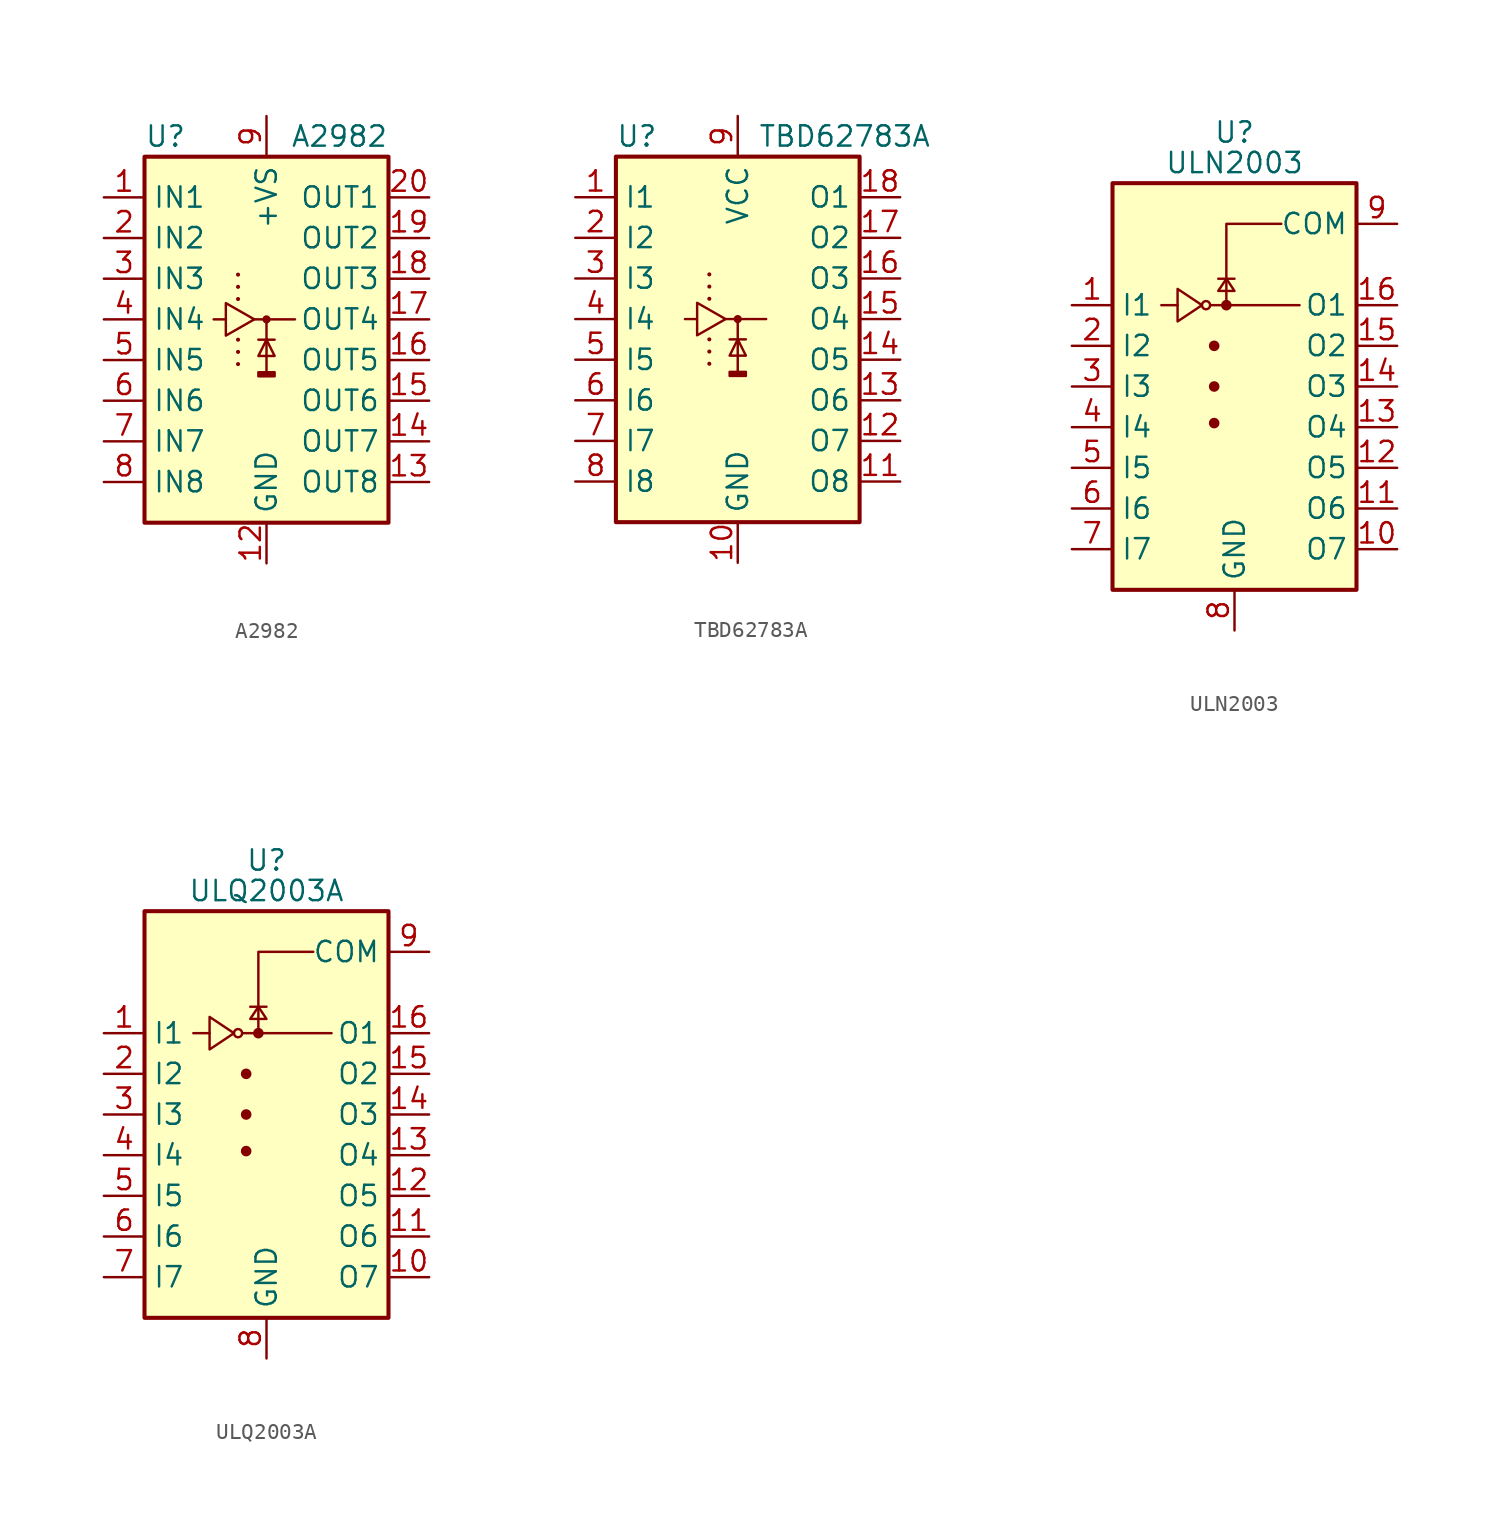
<source format=kicad_sym>
(kicad_symbol_lib
  (version 20201005)
  (generator kicad_symbol_editor)
  (symbol "A2982"
    (property "Reference" "U"
      (at -7.62 11.43 0)
      (effects (font (size 1.27 1.27)) (justify left)))
    (property "Value" "A2982"
      (at 7.62 11.43 0)
      (effects (font (size 1.27 1.27)) (justify right)))
    (symbol "A2982_0_1"
      (rectangle (start -7.62 10.16) (end 7.62 -12.7) (stroke (width 0.254)) (fill (type background)))
      (rectangle (start -0.508 -3.302) (end 0.508 -3.556) (stroke (width 0)) (fill (type outline)))
      (polyline (pts (xy -1.778 -2.794) (xy -1.778 -2.794)) (stroke (width 0.254)) (fill (type none)))
      (polyline (pts (xy -1.778 -2.032) (xy -1.778 -2.032)) (stroke (width 0.254)) (fill (type none)))
      (polyline (pts (xy -1.778 -1.27) (xy -1.778 -1.27)) (stroke (width 0.254)) (fill (type none)))
      (polyline (pts (xy -1.778 1.27) (xy -1.778 1.27)) (stroke (width 0.254)) (fill (type none)))
      (polyline (pts (xy -1.778 2.032) (xy -1.778 2.032)) (stroke (width 0.254)) (fill (type none)))
      (polyline (pts (xy -1.778 2.794) (xy -1.778 2.794)) (stroke (width 0.254)) (fill (type none)))
      (polyline (pts (xy -0.762 0) (xy 1.778 0)) (stroke (width 0)) (fill (type none)))
      (polyline (pts (xy -0.508 -1.27) (xy 0.508 -1.27)) (stroke (width 0)) (fill (type none)))
      (polyline (pts (xy 0 0) (xy 0 -3.302)) (stroke (width 0)) (fill (type none)))
      (polyline (pts (xy 0 0) (xy 0 0)) (stroke (width 0.508)) (fill (type none)))
      (polyline (pts (xy 0 -1.27) (xy -0.508 -2.286) (xy 0.508 -2.286) (xy 0 -1.27)) (stroke (width 0)) (fill (type none)))
      (polyline (pts (xy -3.302 0) (xy -2.54 0) (xy -2.54 1.016) (xy -0.762 0) (xy -2.54 -1.016) (xy -2.54 0)) (stroke (width 0)) (fill (type none))))
    (symbol "A2982_1_1"
      (pin input line (at -10.16 7.62 0) (length 2.54) (name "IN1" (effects (font (size 1.27 1.27)))) (number "1" (effects (font (size 1.27 1.27)))))
      (pin no_connect line (at -2.54 -12.7 90) (length 2.54) hide (name "NC" (effects (font (size 1.27 1.27)))) (number "10" (effects (font (size 1.27 1.27)))))
      (pin no_connect line (at 2.54 -12.7 90) (length 2.54) hide (name "NC" (effects (font (size 1.27 1.27)))) (number "11" (effects (font (size 1.27 1.27)))))
      (pin power_in line (at 0 -15.24 90) (length 2.54) (name "GND" (effects (font (size 1.27 1.27)))) (number "12" (effects (font (size 1.27 1.27)))))
      (pin open_emitter line (at 10.16 -10.16 180) (length 2.54) (name "OUT8" (effects (font (size 1.27 1.27)))) (number "13" (effects (font (size 1.27 1.27)))))
      (pin open_emitter line (at 10.16 -7.62 180) (length 2.54) (name "OUT7" (effects (font (size 1.27 1.27)))) (number "14" (effects (font (size 1.27 1.27)))))
      (pin open_emitter line (at 10.16 -5.08 180) (length 2.54) (name "OUT6" (effects (font (size 1.27 1.27)))) (number "15" (effects (font (size 1.27 1.27)))))
      (pin open_emitter line (at 10.16 -2.54 180) (length 2.54) (name "OUT5" (effects (font (size 1.27 1.27)))) (number "16" (effects (font (size 1.27 1.27)))))
      (pin open_emitter line (at 10.16 0 180) (length 2.54) (name "OUT4" (effects (font (size 1.27 1.27)))) (number "17" (effects (font (size 1.27 1.27)))))
      (pin open_emitter line (at 10.16 2.54 180) (length 2.54) (name "OUT3" (effects (font (size 1.27 1.27)))) (number "18" (effects (font (size 1.27 1.27)))))
      (pin open_emitter line (at 10.16 5.08 180) (length 2.54) (name "OUT2" (effects (font (size 1.27 1.27)))) (number "19" (effects (font (size 1.27 1.27)))))
      (pin input line (at -10.16 5.08 0) (length 2.54) (name "IN2" (effects (font (size 1.27 1.27)))) (number "2" (effects (font (size 1.27 1.27)))))
      (pin open_emitter line (at 10.16 7.62 180) (length 2.54) (name "OUT1" (effects (font (size 1.27 1.27)))) (number "20" (effects (font (size 1.27 1.27)))))
      (pin input line (at -10.16 2.54 0) (length 2.54) (name "IN3" (effects (font (size 1.27 1.27)))) (number "3" (effects (font (size 1.27 1.27)))))
      (pin input line (at -10.16 0 0) (length 2.54) (name "IN4" (effects (font (size 1.27 1.27)))) (number "4" (effects (font (size 1.27 1.27)))))
      (pin input line (at -10.16 -2.54 0) (length 2.54) (name "IN5" (effects (font (size 1.27 1.27)))) (number "5" (effects (font (size 1.27 1.27)))))
      (pin input line (at -10.16 -5.08 0) (length 2.54) (name "IN6" (effects (font (size 1.27 1.27)))) (number "6" (effects (font (size 1.27 1.27)))))
      (pin input line (at -10.16 -7.62 0) (length 2.54) (name "IN7" (effects (font (size 1.27 1.27)))) (number "7" (effects (font (size 1.27 1.27)))))
      (pin input line (at -10.16 -10.16 0) (length 2.54) (name "IN8" (effects (font (size 1.27 1.27)))) (number "8" (effects (font (size 1.27 1.27)))))
      (pin power_in line (at 0 12.7 270) (length 2.54) (name "+VS" (effects (font (size 1.27 1.27)))) (number "9" (effects (font (size 1.27 1.27)))))))
  (symbol "TBD62783A"
    (property "Reference" "U"
      (at -7.62 11.43 0)
      (effects (font (size 1.27 1.27)) (justify left)))
    (property "Value" "TBD62783A"
      (at 1.27 11.43 0)
      (effects (font (size 1.27 1.27)) (justify left)))
    (symbol "TBD62783A_0_1"
      (rectangle (start -7.62 10.16) (end 7.62 -12.7) (stroke (width 0.254)) (fill (type background)))
      (rectangle (start -0.508 -3.302) (end 0.508 -3.556) (stroke (width 0)) (fill (type outline)))
      (polyline (pts (xy -1.778 -2.794) (xy -1.778 -2.794)) (stroke (width 0.254)) (fill (type none)))
      (polyline (pts (xy -1.778 -2.032) (xy -1.778 -2.032)) (stroke (width 0.254)) (fill (type none)))
      (polyline (pts (xy -1.778 -1.27) (xy -1.778 -1.27)) (stroke (width 0.254)) (fill (type none)))
      (polyline (pts (xy -1.778 1.27) (xy -1.778 1.27)) (stroke (width 0.254)) (fill (type none)))
      (polyline (pts (xy -1.778 2.032) (xy -1.778 2.032)) (stroke (width 0.254)) (fill (type none)))
      (polyline (pts (xy -1.778 2.794) (xy -1.778 2.794)) (stroke (width 0.254)) (fill (type none)))
      (polyline (pts (xy -0.762 0) (xy 1.778 0)) (stroke (width 0)) (fill (type none)))
      (polyline (pts (xy -0.508 -1.27) (xy 0.508 -1.27)) (stroke (width 0)) (fill (type none)))
      (polyline (pts (xy 0 0) (xy 0 -3.302)) (stroke (width 0)) (fill (type none)))
      (polyline (pts (xy 0 0) (xy 0 0)) (stroke (width 0.508)) (fill (type none)))
      (polyline (pts (xy 0 -1.27) (xy -0.508 -2.286) (xy 0.508 -2.286) (xy 0 -1.27)) (stroke (width 0)) (fill (type none)))
      (polyline (pts (xy -3.302 0) (xy -2.54 0) (xy -2.54 1.016) (xy -0.762 0) (xy -2.54 -1.016) (xy -2.54 0)) (stroke (width 0)) (fill (type none))))
    (symbol "TBD62783A_1_1"
      (pin input line (at -10.16 7.62 0) (length 2.54) (name "I1" (effects (font (size 1.27 1.27)))) (number "1" (effects (font (size 1.27 1.27)))))
      (pin power_in line (at 0 -15.24 90) (length 2.54) (name "GND" (effects (font (size 1.27 1.27)))) (number "10" (effects (font (size 1.27 1.27)))))
      (pin open_emitter line (at 10.16 -10.16 180) (length 2.54) (name "O8" (effects (font (size 1.27 1.27)))) (number "11" (effects (font (size 1.27 1.27)))))
      (pin open_emitter line (at 10.16 -7.62 180) (length 2.54) (name "O7" (effects (font (size 1.27 1.27)))) (number "12" (effects (font (size 1.27 1.27)))))
      (pin open_emitter line (at 10.16 -5.08 180) (length 2.54) (name "O6" (effects (font (size 1.27 1.27)))) (number "13" (effects (font (size 1.27 1.27)))))
      (pin open_emitter line (at 10.16 -2.54 180) (length 2.54) (name "O5" (effects (font (size 1.27 1.27)))) (number "14" (effects (font (size 1.27 1.27)))))
      (pin open_emitter line (at 10.16 0 180) (length 2.54) (name "O4" (effects (font (size 1.27 1.27)))) (number "15" (effects (font (size 1.27 1.27)))))
      (pin open_emitter line (at 10.16 2.54 180) (length 2.54) (name "O3" (effects (font (size 1.27 1.27)))) (number "16" (effects (font (size 1.27 1.27)))))
      (pin open_emitter line (at 10.16 5.08 180) (length 2.54) (name "O2" (effects (font (size 1.27 1.27)))) (number "17" (effects (font (size 1.27 1.27)))))
      (pin open_emitter line (at 10.16 7.62 180) (length 2.54) (name "O1" (effects (font (size 1.27 1.27)))) (number "18" (effects (font (size 1.27 1.27)))))
      (pin input line (at -10.16 5.08 0) (length 2.54) (name "I2" (effects (font (size 1.27 1.27)))) (number "2" (effects (font (size 1.27 1.27)))))
      (pin input line (at -10.16 2.54 0) (length 2.54) (name "I3" (effects (font (size 1.27 1.27)))) (number "3" (effects (font (size 1.27 1.27)))))
      (pin input line (at -10.16 0 0) (length 2.54) (name "I4" (effects (font (size 1.27 1.27)))) (number "4" (effects (font (size 1.27 1.27)))))
      (pin input line (at -10.16 -2.54 0) (length 2.54) (name "I5" (effects (font (size 1.27 1.27)))) (number "5" (effects (font (size 1.27 1.27)))))
      (pin input line (at -10.16 -5.08 0) (length 2.54) (name "I6" (effects (font (size 1.27 1.27)))) (number "6" (effects (font (size 1.27 1.27)))))
      (pin input line (at -10.16 -7.62 0) (length 2.54) (name "I7" (effects (font (size 1.27 1.27)))) (number "7" (effects (font (size 1.27 1.27)))))
      (pin input line (at -10.16 -10.16 0) (length 2.54) (name "I8" (effects (font (size 1.27 1.27)))) (number "8" (effects (font (size 1.27 1.27)))))
      (pin power_in line (at 0 12.7 270) (length 2.54) (name "VCC" (effects (font (size 1.27 1.27)))) (number "9" (effects (font (size 1.27 1.27)))))))
  (symbol "ULN2003"
    (property "Reference" "U"
      (at 0 15.875 0)
      (effects (font (size 1.27 1.27))))
    (property "Value" "ULN2003"
      (at 0 13.97 0)
      (effects (font (size 1.27 1.27))))
    (symbol "ULN2003_0_1"
      (circle (center -1.778 5.08) (radius 0.254) (stroke (width 0)) (fill (type none)))
      (circle (center -1.27 -2.286) (radius 0.254) (stroke (width 0)) (fill (type outline)))
      (circle (center -1.27 0) (radius 0.254) (stroke (width 0)) (fill (type outline)))
      (circle (center -1.27 2.54) (radius 0.254) (stroke (width 0)) (fill (type outline)))
      (circle (center -0.508 5.08) (radius 0.254) (stroke (width 0)) (fill (type outline)))
      (rectangle (start -7.62 -12.7) (end 7.62 12.7) (stroke (width 0.254)) (fill (type background)))
      (polyline (pts (xy -4.572 5.08) (xy -3.556 5.08)) (stroke (width 0)) (fill (type none)))
      (polyline (pts (xy -1.524 5.08) (xy 4.064 5.08)) (stroke (width 0)) (fill (type none)))
      (polyline (pts (xy 0 6.731) (xy -1.016 6.731)) (stroke (width 0)) (fill (type none)))
      (polyline (pts (xy -0.508 5.08) (xy -0.508 10.16) (xy 2.921 10.16)) (stroke (width 0)) (fill (type none)))
      (polyline (pts (xy -3.556 6.096) (xy -3.556 4.064) (xy -2.032 5.08) (xy -3.556 6.096)) (stroke (width 0)) (fill (type none)))
      (polyline (pts (xy 0 5.969) (xy -1.016 5.969) (xy -0.508 6.731) (xy 0 5.969)) (stroke (width 0)) (fill (type none))))
    (symbol "ULN2003_1_1"
      (pin input line (at -10.16 5.08 0) (length 2.54) (name "I1" (effects (font (size 1.27 1.27)))) (number "1" (effects (font (size 1.27 1.27)))))
      (pin open_collector line (at 10.16 -10.16 180) (length 2.54) (name "O7" (effects (font (size 1.27 1.27)))) (number "10" (effects (font (size 1.27 1.27)))))
      (pin open_collector line (at 10.16 -7.62 180) (length 2.54) (name "O6" (effects (font (size 1.27 1.27)))) (number "11" (effects (font (size 1.27 1.27)))))
      (pin open_collector line (at 10.16 -5.08 180) (length 2.54) (name "O5" (effects (font (size 1.27 1.27)))) (number "12" (effects (font (size 1.27 1.27)))))
      (pin open_collector line (at 10.16 -2.54 180) (length 2.54) (name "O4" (effects (font (size 1.27 1.27)))) (number "13" (effects (font (size 1.27 1.27)))))
      (pin open_collector line (at 10.16 0 180) (length 2.54) (name "O3" (effects (font (size 1.27 1.27)))) (number "14" (effects (font (size 1.27 1.27)))))
      (pin open_collector line (at 10.16 2.54 180) (length 2.54) (name "O2" (effects (font (size 1.27 1.27)))) (number "15" (effects (font (size 1.27 1.27)))))
      (pin open_collector line (at 10.16 5.08 180) (length 2.54) (name "O1" (effects (font (size 1.27 1.27)))) (number "16" (effects (font (size 1.27 1.27)))))
      (pin input line (at -10.16 2.54 0) (length 2.54) (name "I2" (effects (font (size 1.27 1.27)))) (number "2" (effects (font (size 1.27 1.27)))))
      (pin input line (at -10.16 0 0) (length 2.54) (name "I3" (effects (font (size 1.27 1.27)))) (number "3" (effects (font (size 1.27 1.27)))))
      (pin input line (at -10.16 -2.54 0) (length 2.54) (name "I4" (effects (font (size 1.27 1.27)))) (number "4" (effects (font (size 1.27 1.27)))))
      (pin input line (at -10.16 -5.08 0) (length 2.54) (name "I5" (effects (font (size 1.27 1.27)))) (number "5" (effects (font (size 1.27 1.27)))))
      (pin input line (at -10.16 -7.62 0) (length 2.54) (name "I6" (effects (font (size 1.27 1.27)))) (number "6" (effects (font (size 1.27 1.27)))))
      (pin input line (at -10.16 -10.16 0) (length 2.54) (name "I7" (effects (font (size 1.27 1.27)))) (number "7" (effects (font (size 1.27 1.27)))))
      (pin power_in line (at 0 -15.24 90) (length 2.54) (name "GND" (effects (font (size 1.27 1.27)))) (number "8" (effects (font (size 1.27 1.27)))))
      (pin passive line (at 10.16 10.16 180) (length 2.54) (name "COM" (effects (font (size 1.27 1.27)))) (number "9" (effects (font (size 1.27 1.27)))))))
  (symbol "ULQ2003A"
    (property "Reference" "U"
      (at 0 15.875 0)
      (effects (font (size 1.27 1.27))))
    (property "Value" "ULQ2003A"
      (at 0 13.97 0)
      (effects (font (size 1.27 1.27))))
    (symbol "ULQ2003A_0_1"
      (circle (center -1.778 5.08) (radius 0.254) (stroke (width 0)) (fill (type none)))
      (circle (center -1.27 -2.286) (radius 0.254) (stroke (width 0)) (fill (type outline)))
      (circle (center -1.27 0) (radius 0.254) (stroke (width 0)) (fill (type outline)))
      (circle (center -1.27 2.54) (radius 0.254) (stroke (width 0)) (fill (type outline)))
      (circle (center -0.508 5.08) (radius 0.254) (stroke (width 0)) (fill (type outline)))
      (rectangle (start -7.62 -12.7) (end 7.62 12.7) (stroke (width 0.254)) (fill (type background)))
      (polyline (pts (xy -4.572 5.08) (xy -3.556 5.08)) (stroke (width 0)) (fill (type none)))
      (polyline (pts (xy -1.524 5.08) (xy 4.064 5.08)) (stroke (width 0)) (fill (type none)))
      (polyline (pts (xy 0 6.731) (xy -1.016 6.731)) (stroke (width 0)) (fill (type none)))
      (polyline (pts (xy -0.508 5.08) (xy -0.508 10.16) (xy 2.921 10.16)) (stroke (width 0)) (fill (type none)))
      (polyline (pts (xy -3.556 6.096) (xy -3.556 4.064) (xy -2.032 5.08) (xy -3.556 6.096)) (stroke (width 0)) (fill (type none)))
      (polyline (pts (xy 0 5.969) (xy -1.016 5.969) (xy -0.508 6.731) (xy 0 5.969)) (stroke (width 0)) (fill (type none))))
    (symbol "ULQ2003A_1_1"
      (pin input line (at -10.16 5.08 0) (length 2.54) (name "I1" (effects (font (size 1.27 1.27)))) (number "1" (effects (font (size 1.27 1.27)))))
      (pin open_collector line (at 10.16 -10.16 180) (length 2.54) (name "O7" (effects (font (size 1.27 1.27)))) (number "10" (effects (font (size 1.27 1.27)))))
      (pin open_collector line (at 10.16 -7.62 180) (length 2.54) (name "O6" (effects (font (size 1.27 1.27)))) (number "11" (effects (font (size 1.27 1.27)))))
      (pin open_collector line (at 10.16 -5.08 180) (length 2.54) (name "O5" (effects (font (size 1.27 1.27)))) (number "12" (effects (font (size 1.27 1.27)))))
      (pin open_collector line (at 10.16 -2.54 180) (length 2.54) (name "O4" (effects (font (size 1.27 1.27)))) (number "13" (effects (font (size 1.27 1.27)))))
      (pin open_collector line (at 10.16 0 180) (length 2.54) (name "O3" (effects (font (size 1.27 1.27)))) (number "14" (effects (font (size 1.27 1.27)))))
      (pin open_collector line (at 10.16 2.54 180) (length 2.54) (name "O2" (effects (font (size 1.27 1.27)))) (number "15" (effects (font (size 1.27 1.27)))))
      (pin open_collector line (at 10.16 5.08 180) (length 2.54) (name "O1" (effects (font (size 1.27 1.27)))) (number "16" (effects (font (size 1.27 1.27)))))
      (pin input line (at -10.16 2.54 0) (length 2.54) (name "I2" (effects (font (size 1.27 1.27)))) (number "2" (effects (font (size 1.27 1.27)))))
      (pin input line (at -10.16 0 0) (length 2.54) (name "I3" (effects (font (size 1.27 1.27)))) (number "3" (effects (font (size 1.27 1.27)))))
      (pin input line (at -10.16 -2.54 0) (length 2.54) (name "I4" (effects (font (size 1.27 1.27)))) (number "4" (effects (font (size 1.27 1.27)))))
      (pin input line (at -10.16 -5.08 0) (length 2.54) (name "I5" (effects (font (size 1.27 1.27)))) (number "5" (effects (font (size 1.27 1.27)))))
      (pin input line (at -10.16 -7.62 0) (length 2.54) (name "I6" (effects (font (size 1.27 1.27)))) (number "6" (effects (font (size 1.27 1.27)))))
      (pin input line (at -10.16 -10.16 0) (length 2.54) (name "I7" (effects (font (size 1.27 1.27)))) (number "7" (effects (font (size 1.27 1.27)))))
      (pin power_in line (at 0 -15.24 90) (length 2.54) (name "GND" (effects (font (size 1.27 1.27)))) (number "8" (effects (font (size 1.27 1.27)))))
      (pin passive line (at 10.16 10.16 180) (length 2.54) (name "COM" (effects (font (size 1.27 1.27)))) (number "9" (effects (font (size 1.27 1.27))))))))
</source>
